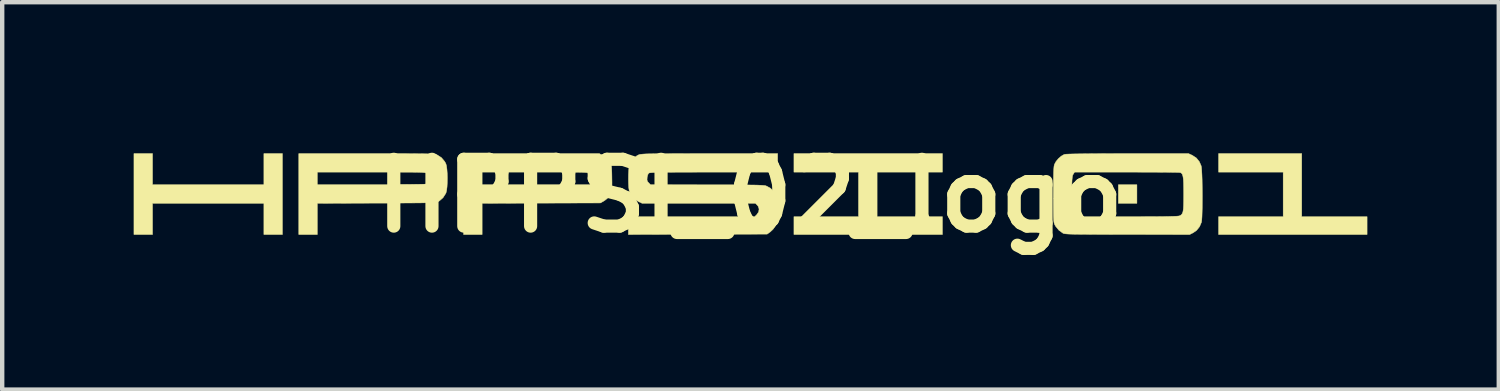
<source format=kicad_pcb>
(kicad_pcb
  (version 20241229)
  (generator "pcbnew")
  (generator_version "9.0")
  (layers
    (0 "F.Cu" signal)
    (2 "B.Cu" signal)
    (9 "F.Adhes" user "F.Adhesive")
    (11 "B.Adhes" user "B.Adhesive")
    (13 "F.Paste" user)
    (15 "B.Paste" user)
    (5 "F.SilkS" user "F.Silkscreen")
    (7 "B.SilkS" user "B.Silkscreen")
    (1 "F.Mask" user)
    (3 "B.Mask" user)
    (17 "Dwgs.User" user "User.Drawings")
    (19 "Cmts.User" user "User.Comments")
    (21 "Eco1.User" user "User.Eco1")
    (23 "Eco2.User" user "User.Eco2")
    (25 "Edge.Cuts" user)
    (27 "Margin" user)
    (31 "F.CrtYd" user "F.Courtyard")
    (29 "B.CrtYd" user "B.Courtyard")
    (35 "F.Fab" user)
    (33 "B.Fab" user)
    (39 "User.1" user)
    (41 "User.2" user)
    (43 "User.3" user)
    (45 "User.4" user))
  (footprint "HPPSI_02_logo"
    (layer "F.Cu")
    (at 14.06 1.418)
    (property "Reference" "HPPSI_02_logo" (at 0 0 0) (layer "F.SilkS") (effects (font (size 1.524 1.524) (thickness 0.3))))
    (attr through_hole)
    (fp_poly (pts (xy 8.822 0.169) (xy 8.399 0.169) (xy 8.399 -0.254) (xy 8.822 -0.254) (xy 8.822 0.169)) (stroke (width 0.01) (type solid)) (fill yes) (layer "F.SilkS"))
    (fp_poly (pts (xy 12.581 0.474) (xy 14.072 0.474) (xy 14.072 0.881) (xy 10.685 0.881) (xy 10.685 0.474) (xy 12.158 0.474) (xy 12.158 -0.542) (xy 10.685 -0.542) (xy 10.685 -0.965) (xy 12.581 -0.965) (xy 12.581 0.474)) (stroke (width 0.01) (type solid)) (fill yes) (layer "F.SilkS"))
    (fp_poly (pts (xy -13.631 -0.254) (xy -11.091 -0.254) (xy -11.091 -0.965) (xy -10.668 -0.965) (xy -10.668 0.881) (xy -11.091 0.881) (xy -11.091 0.169) (xy -13.631 0.169) (xy -13.631 0.881) (xy -14.055 0.881) (xy -14.055 -0.965) (xy -13.631 -0.965) (xy -13.631 -0.254)) (stroke (width 0.01) (type solid)) (fill yes) (layer "F.SilkS"))
    (fp_poly (pts (xy 4.386 -0.542) (xy 2.896 -0.542) (xy 2.896 0.474) (xy 4.386 0.474) (xy 4.386 0.881) (xy 0.999 0.881) (xy 0.999 0.474) (xy 2.472 0.474) (xy 2.472 -0.542) (xy 0.999 -0.542) (xy 0.999 -0.965) (xy 4.386 -0.965) (xy 4.386 -0.542)) (stroke (width 0.01) (type solid)) (fill yes) (layer "F.SilkS"))
    (fp_poly (pts (xy -3.351 -0.918) (xy -3.275 -0.868) (xy -3.219 -0.804) (xy -3.209 -0.788) (xy -3.19 -0.757) (xy -3.177 -0.73) (xy -3.168 -0.699) (xy -3.161 -0.66) (xy -3.158 -0.607) (xy -3.155 -0.532) (xy -3.153 -0.43) (xy -3.153 -0.418) (xy -3.151 -0.301) (xy -3.152 -0.211) (xy -3.157 -0.143) (xy -3.167 -0.091) (xy -3.182 -0.048) (xy -3.203 -0.009) (xy -3.225 0.023) (xy -3.261 0.06) (xy -3.311 0.1) (xy -3.336 0.116) (xy -3.412 0.161) (xy -4.762 0.165) (xy -6.113 0.17) (xy -6.113 0.881) (xy -6.536 0.881) (xy -6.536 -0.542) (xy -6.113 -0.542) (xy -6.113 -0.254) (xy -3.639 -0.254) (xy -3.599 -0.294) (xy -3.573 -0.328) (xy -3.564 -0.367) (xy -3.566 -0.408) (xy -3.567 -0.433) (xy -3.569 -0.455) (xy -3.572 -0.473) (xy -3.579 -0.489) (xy -3.593 -0.502) (xy -3.616 -0.513) (xy -3.649 -0.521) (xy -3.696 -0.528) (xy -3.758 -0.533) (xy -3.838 -0.537) (xy -3.938 -0.539) (xy -4.059 -0.541) (xy -4.205 -0.542) (xy -4.378 -0.542) (xy -4.579 -0.542) (xy -4.812 -0.542) (xy -4.879 -0.542) (xy -6.113 -0.542) (xy -6.536 -0.542) (xy -6.536 -0.965) (xy -4.989 -0.965) (xy -3.441 -0.965) (xy -3.351 -0.918)) (stroke (width 0.01) (type solid)) (fill yes) (layer "F.SilkS"))
    (fp_poly (pts (xy -8.75 -0.965) (xy -8.486 -0.965) (xy -8.253 -0.965) (xy -8.05 -0.964) (xy -7.875 -0.964) (xy -7.725 -0.963) (xy -7.598 -0.962) (xy -7.492 -0.961) (xy -7.405 -0.96) (xy -7.334 -0.958) (xy -7.279 -0.956) (xy -7.235 -0.953) (xy -7.203 -0.95) (xy -7.178 -0.946) (xy -7.159 -0.942) (xy -7.145 -0.937) (xy -7.136 -0.933) (xy -7.041 -0.872) (xy -6.968 -0.785) (xy -6.941 -0.737) (xy -6.926 -0.685) (xy -6.916 -0.608) (xy -6.909 -0.513) (xy -6.906 -0.41) (xy -6.908 -0.306) (xy -6.913 -0.208) (xy -6.923 -0.126) (xy -6.937 -0.068) (xy -6.941 -0.059) (xy -7.004 0.04) (xy -7.089 0.115) (xy -7.114 0.13) (xy -7.126 0.135) (xy -7.141 0.14) (xy -7.161 0.145) (xy -7.188 0.148) (xy -7.225 0.151) (xy -7.275 0.154) (xy -7.338 0.156) (xy -7.419 0.158) (xy -7.518 0.16) (xy -7.638 0.161) (xy -7.782 0.162) (xy -7.951 0.163) (xy -8.149 0.164) (xy -8.377 0.165) (xy -8.522 0.165) (xy -9.872 0.17) (xy -9.872 0.881) (xy -10.295 0.881) (xy -10.295 -0.542) (xy -9.872 -0.542) (xy -9.872 -0.254) (xy -8.64 -0.254) (xy -8.403 -0.254) (xy -8.198 -0.254) (xy -8.023 -0.255) (xy -7.874 -0.255) (xy -7.75 -0.256) (xy -7.648 -0.258) (xy -7.567 -0.259) (xy -7.503 -0.262) (xy -7.454 -0.264) (xy -7.419 -0.268) (xy -7.395 -0.271) (xy -7.379 -0.276) (xy -7.37 -0.28) (xy -7.343 -0.317) (xy -7.331 -0.373) (xy -7.333 -0.433) (xy -7.35 -0.487) (xy -7.366 -0.508) (xy -7.373 -0.514) (xy -7.382 -0.52) (xy -7.396 -0.525) (xy -7.416 -0.529) (xy -7.446 -0.532) (xy -7.487 -0.535) (xy -7.542 -0.537) (xy -7.612 -0.539) (xy -7.702 -0.54) (xy -7.812 -0.541) (xy -7.946 -0.541) (xy -8.105 -0.542) (xy -8.292 -0.542) (xy -8.51 -0.542) (xy -8.636 -0.542) (xy -9.872 -0.542) (xy -10.295 -0.542) (xy -10.295 -0.965) (xy -8.75 -0.965)) (stroke (width 0.01) (type solid)) (fill yes) (layer "F.SilkS"))
    (fp_poly (pts (xy 0.627 -0.542) (xy -0.826 -0.542) (xy -1.091 -0.542) (xy -1.323 -0.541) (xy -1.525 -0.541) (xy -1.699 -0.54) (xy -1.847 -0.539) (xy -1.97 -0.538) (xy -2.071 -0.536) (xy -2.151 -0.534) (xy -2.213 -0.532) (xy -2.258 -0.529) (xy -2.288 -0.526) (xy -2.305 -0.522) (xy -2.31 -0.52) (xy -2.333 -0.486) (xy -2.348 -0.429) (xy -2.349 -0.419) (xy -2.352 -0.367) (xy -2.343 -0.332) (xy -2.317 -0.3) (xy -2.314 -0.298) (xy -2.271 -0.254) (xy -0.987 -0.253) (xy -0.738 -0.253) (xy -0.52 -0.253) (xy -0.333 -0.252) (xy -0.173 -0.251) (xy -0.038 -0.249) (xy 0.073 -0.248) (xy 0.163 -0.246) (xy 0.233 -0.243) (xy 0.287 -0.24) (xy 0.325 -0.237) (xy 0.35 -0.233) (xy 0.36 -0.23) (xy 0.461 -0.177) (xy 0.54 -0.1) (xy 0.578 -0.039) (xy 0.593 -0.006) (xy 0.604 0.026) (xy 0.611 0.063) (xy 0.615 0.113) (xy 0.617 0.18) (xy 0.618 0.273) (xy 0.618 0.322) (xy 0.618 0.427) (xy 0.617 0.504) (xy 0.613 0.559) (xy 0.608 0.6) (xy 0.599 0.633) (xy 0.586 0.664) (xy 0.575 0.686) (xy 0.523 0.761) (xy 0.459 0.821) (xy 0.387 0.872) (xy -1.195 0.877) (xy -2.777 0.881) (xy -2.777 0.474) (xy 0.104 0.474) (xy 0.154 0.425) (xy 0.194 0.365) (xy 0.204 0.3) (xy 0.184 0.239) (xy 0.162 0.211) (xy 0.12 0.169) (xy -1.172 0.169) (xy -2.464 0.169) (xy -2.55 0.129) (xy -2.643 0.069) (xy -2.713 -0.011) (xy -2.755 -0.105) (xy -2.759 -0.122) (xy -2.769 -0.189) (xy -2.774 -0.278) (xy -2.776 -0.38) (xy -2.775 -0.484) (xy -2.77 -0.58) (xy -2.762 -0.657) (xy -2.758 -0.678) (xy -2.723 -0.77) (xy -2.661 -0.853) (xy -2.581 -0.917) (xy -2.548 -0.934) (xy -2.535 -0.939) (xy -2.52 -0.944) (xy -2.499 -0.948) (xy -2.471 -0.951) (xy -2.434 -0.954) (xy -2.386 -0.957) (xy -2.325 -0.959) (xy -2.247 -0.96) (xy -2.152 -0.962) (xy -2.038 -0.963) (xy -1.901 -0.963) (xy -1.741 -0.964) (xy -1.554 -0.964) (xy -1.338 -0.965) (xy -1.093 -0.965) (xy -0.927 -0.965) (xy 0.627 -0.965) (xy 0.627 -0.542)) (stroke (width 0.01) (type solid)) (fill yes) (layer "F.SilkS"))
    (fp_poly (pts (xy 9.999 -0.965) (xy 10.086 -0.925) (xy 10.179 -0.864) (xy 10.247 -0.779) (xy 10.288 -0.684) (xy 10.295 -0.645) (xy 10.3 -0.577) (xy 10.305 -0.486) (xy 10.309 -0.377) (xy 10.311 -0.253) (xy 10.313 -0.122) (xy 10.314 0.012) (xy 10.313 0.145) (xy 10.312 0.27) (xy 10.309 0.383) (xy 10.306 0.478) (xy 10.301 0.551) (xy 10.295 0.597) (xy 10.294 0.601) (xy 10.251 0.702) (xy 10.184 0.786) (xy 10.107 0.84) (xy 10.026 0.881) (xy 8.607 0.88) (xy 8.352 0.88) (xy 8.129 0.879) (xy 7.936 0.879) (xy 7.769 0.878) (xy 7.628 0.877) (xy 7.51 0.876) (xy 7.413 0.875) (xy 7.335 0.873) (xy 7.273 0.871) (xy 7.226 0.868) (xy 7.191 0.865) (xy 7.165 0.861) (xy 7.148 0.857) (xy 7.137 0.852) (xy 7.045 0.786) (xy 6.97 0.696) (xy 6.954 0.669) (xy 6.944 0.65) (xy 6.937 0.631) (xy 6.931 0.607) (xy 6.926 0.575) (xy 6.923 0.532) (xy 6.92 0.473) (xy 6.919 0.396) (xy 6.918 0.296) (xy 6.917 0.17) (xy 6.917 0.161) (xy 7.334 0.161) (xy 7.336 0.245) (xy 7.34 0.307) (xy 7.347 0.353) (xy 7.358 0.386) (xy 7.373 0.412) (xy 7.392 0.434) (xy 7.392 0.434) (xy 7.432 0.474) (xy 8.592 0.474) (xy 8.837 0.474) (xy 9.049 0.473) (xy 9.231 0.473) (xy 9.384 0.471) (xy 9.51 0.47) (xy 9.611 0.467) (xy 9.689 0.465) (xy 9.744 0.462) (xy 9.78 0.458) (xy 9.796 0.454) (xy 9.824 0.439) (xy 9.846 0.419) (xy 9.862 0.391) (xy 9.874 0.351) (xy 9.882 0.294) (xy 9.886 0.215) (xy 9.888 0.112) (xy 9.889 -0.02) (xy 9.889 -0.042) (xy 9.888 -0.181) (xy 9.886 -0.291) (xy 9.882 -0.374) (xy 9.874 -0.435) (xy 9.863 -0.477) (xy 9.849 -0.506) (xy 9.829 -0.523) (xy 9.812 -0.531) (xy 9.791 -0.533) (xy 9.739 -0.535) (xy 9.658 -0.536) (xy 9.552 -0.538) (xy 9.424 -0.539) (xy 9.275 -0.54) (xy 9.109 -0.541) (xy 8.929 -0.541) (xy 8.737 -0.542) (xy 8.593 -0.542) (xy 7.401 -0.542) (xy 7.371 -0.496) (xy 7.36 -0.477) (xy 7.353 -0.451) (xy 7.347 -0.413) (xy 7.342 -0.359) (xy 7.339 -0.284) (xy 7.337 -0.184) (xy 7.335 -0.085) (xy 7.334 0.053) (xy 7.334 0.161) (xy 6.917 0.161) (xy 6.917 0.015) (xy 6.917 -0.025) (xy 6.918 -0.199) (xy 6.918 -0.341) (xy 6.92 -0.456) (xy 6.922 -0.547) (xy 6.926 -0.615) (xy 6.93 -0.666) (xy 6.936 -0.701) (xy 6.941 -0.718) (xy 6.976 -0.783) (xy 7.03 -0.849) (xy 7.094 -0.905) (xy 7.158 -0.942) (xy 7.174 -0.947) (xy 7.204 -0.951) (xy 7.267 -0.954) (xy 7.363 -0.957) (xy 7.491 -0.959) (xy 7.651 -0.961) (xy 7.845 -0.963) (xy 8.072 -0.964) (xy 8.333 -0.965) (xy 8.619 -0.965) (xy 9.999 -0.965)) (stroke (width 0.01) (type solid)) (fill yes) (layer "F.SilkS")))
  (gr_rect
    (start -3 -3)
    (end 31.136 5.836)
    (stroke (width 0.1) (type default))
    (fill no)
    (layer "Edge.Cuts")))
</source>
